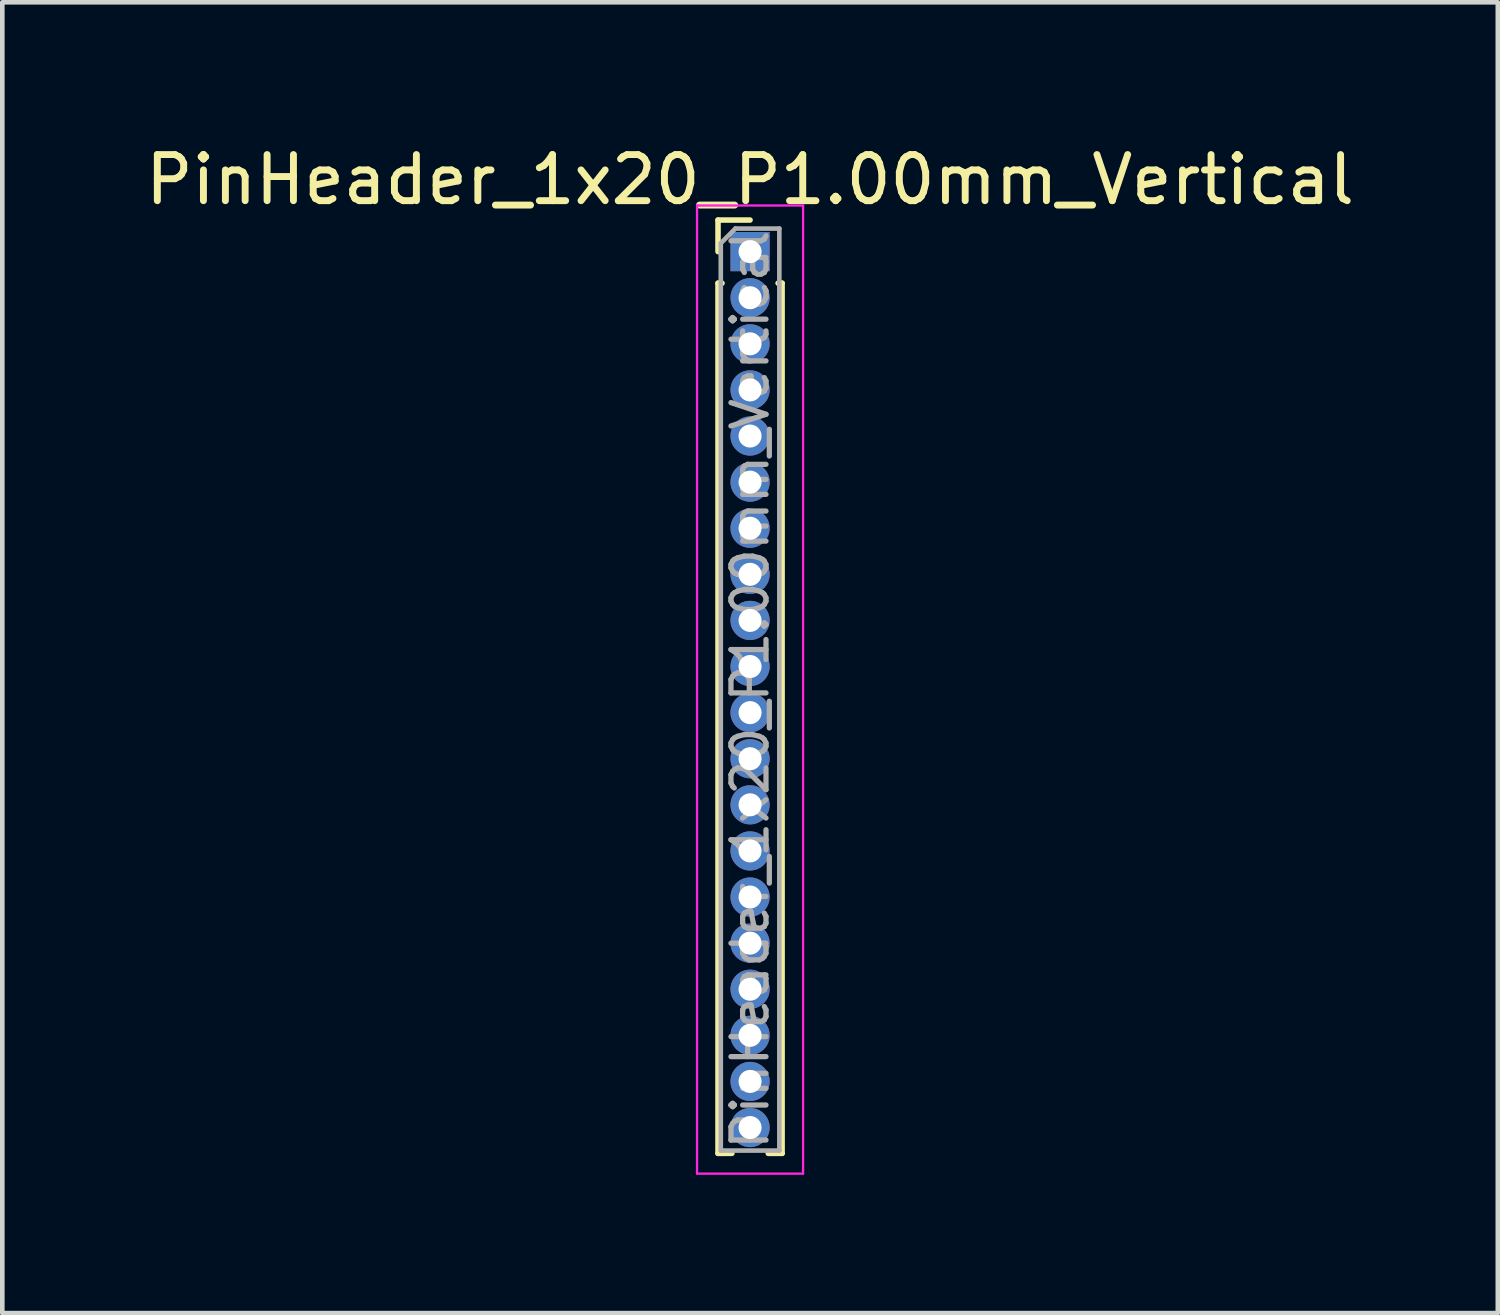
<source format=kicad_pcb>
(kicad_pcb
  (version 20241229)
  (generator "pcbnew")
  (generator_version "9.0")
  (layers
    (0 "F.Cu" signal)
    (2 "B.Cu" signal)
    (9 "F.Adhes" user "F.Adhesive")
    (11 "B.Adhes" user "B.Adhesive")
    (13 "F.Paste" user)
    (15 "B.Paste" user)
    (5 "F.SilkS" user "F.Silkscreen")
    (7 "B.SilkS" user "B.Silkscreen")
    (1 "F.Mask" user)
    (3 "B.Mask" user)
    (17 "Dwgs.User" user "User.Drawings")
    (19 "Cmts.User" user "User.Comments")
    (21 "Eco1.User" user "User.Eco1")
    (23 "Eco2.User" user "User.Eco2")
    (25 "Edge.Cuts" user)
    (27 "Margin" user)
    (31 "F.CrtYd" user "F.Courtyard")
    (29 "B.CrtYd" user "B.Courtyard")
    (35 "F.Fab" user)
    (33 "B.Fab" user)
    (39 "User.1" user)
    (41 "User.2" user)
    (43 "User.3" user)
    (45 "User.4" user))
  (footprint "PinHeader_1x20_P1.00mm_Vertical"
    (layer "F.Cu")
    (at 13.22 2.408)
    (property "Reference" "PinHeader_1x20_P1.00mm_Vertical" (at 0 -1.56 0) (layer "F.SilkS") (effects (font (size 1 1) (thickness 0.15))))
    (attr through_hole)
    (fp_line (start -0.695 -0.685) (end 0 -0.685) (stroke (width 0.12) (type solid)) (layer "F.SilkS"))
    (fp_line (start -0.695 0) (end -0.695 -0.685) (stroke (width 0.12) (type solid)) (layer "F.SilkS"))
    (fp_line (start -0.695 0.685) (end -0.695 19.56) (stroke (width 0.12) (type solid)) (layer "F.SilkS"))
    (fp_line (start -0.695 0.685) (end -0.608 0.685) (stroke (width 0.12) (type solid)) (layer "F.SilkS"))
    (fp_line (start -0.695 19.56) (end -0.394 19.56) (stroke (width 0.12) (type solid)) (layer "F.SilkS"))
    (fp_line (start 0.394 19.56) (end 0.695 19.56) (stroke (width 0.12) (type solid)) (layer "F.SilkS"))
    (fp_line (start 0.608 0.685) (end 0.695 0.685) (stroke (width 0.12) (type solid)) (layer "F.SilkS"))
    (fp_line (start 0.695 0.685) (end 0.695 19.56) (stroke (width 0.12) (type solid)) (layer "F.SilkS"))
    (fp_line (start -1.15 -1) (end -1.15 20) (stroke (width 0.05) (type solid)) (layer "F.CrtYd"))
    (fp_line (start -1.15 20) (end 1.15 20) (stroke (width 0.05) (type solid)) (layer "F.CrtYd"))
    (fp_line (start 1.15 -1) (end -1.15 -1) (stroke (width 0.05) (type solid)) (layer "F.CrtYd"))
    (fp_line (start 1.15 20) (end 1.15 -1) (stroke (width 0.05) (type solid)) (layer "F.CrtYd"))
    (fp_line (start -0.635 -0.182) (end -0.318 -0.5) (stroke (width 0.1) (type solid)) (layer "F.Fab"))
    (fp_line (start -0.635 19.5) (end -0.635 -0.182) (stroke (width 0.1) (type solid)) (layer "F.Fab"))
    (fp_line (start -0.318 -0.5) (end 0.635 -0.5) (stroke (width 0.1) (type solid)) (layer "F.Fab"))
    (fp_line (start 0.635 -0.5) (end 0.635 19.5) (stroke (width 0.1) (type solid)) (layer "F.Fab"))
    (fp_line (start 0.635 19.5) (end -0.635 19.5) (stroke (width 0.1) (type solid)) (layer "F.Fab"))
    (fp_text user "${REFERENCE}" (at 0 9.5 90) (layer "F.Fab") (effects (font (size 0.76 0.76) (thickness 0.114))))
    (pad "1" thru_hole rect (at 0 0) (size 0.85 0.85) (drill 0.5) (layers "*.Cu" "*.Mask"))
    (pad "2" thru_hole oval (at 0 1) (size 0.85 0.85) (drill 0.5) (layers "*.Cu" "*.Mask"))
    (pad "3" thru_hole oval (at 0 2) (size 0.85 0.85) (drill 0.5) (layers "*.Cu" "*.Mask"))
    (pad "4" thru_hole oval (at 0 3) (size 0.85 0.85) (drill 0.5) (layers "*.Cu" "*.Mask"))
    (pad "5" thru_hole oval (at 0 4) (size 0.85 0.85) (drill 0.5) (layers "*.Cu" "*.Mask"))
    (pad "6" thru_hole oval (at 0 5) (size 0.85 0.85) (drill 0.5) (layers "*.Cu" "*.Mask"))
    (pad "7" thru_hole oval (at 0 6) (size 0.85 0.85) (drill 0.5) (layers "*.Cu" "*.Mask"))
    (pad "8" thru_hole oval (at 0 7) (size 0.85 0.85) (drill 0.5) (layers "*.Cu" "*.Mask"))
    (pad "9" thru_hole oval (at 0 8) (size 0.85 0.85) (drill 0.5) (layers "*.Cu" "*.Mask"))
    (pad "10" thru_hole oval (at 0 9) (size 0.85 0.85) (drill 0.5) (layers "*.Cu" "*.Mask"))
    (pad "11" thru_hole oval (at 0 10) (size 0.85 0.85) (drill 0.5) (layers "*.Cu" "*.Mask"))
    (pad "12" thru_hole oval (at 0 11) (size 0.85 0.85) (drill 0.5) (layers "*.Cu" "*.Mask"))
    (pad "13" thru_hole oval (at 0 12) (size 0.85 0.85) (drill 0.5) (layers "*.Cu" "*.Mask"))
    (pad "14" thru_hole oval (at 0 13) (size 0.85 0.85) (drill 0.5) (layers "*.Cu" "*.Mask"))
    (pad "15" thru_hole oval (at 0 14) (size 0.85 0.85) (drill 0.5) (layers "*.Cu" "*.Mask"))
    (pad "16" thru_hole oval (at 0 15) (size 0.85 0.85) (drill 0.5) (layers "*.Cu" "*.Mask"))
    (pad "17" thru_hole oval (at 0 16) (size 0.85 0.85) (drill 0.5) (layers "*.Cu" "*.Mask"))
    (pad "18" thru_hole oval (at 0 17) (size 0.85 0.85) (drill 0.5) (layers "*.Cu" "*.Mask"))
    (pad "19" thru_hole oval (at 0 18) (size 0.85 0.85) (drill 0.5) (layers "*.Cu" "*.Mask"))
    (pad "20" thru_hole oval (at 0 19) (size 0.85 0.85) (drill 0.5) (layers "*.Cu" "*.Mask")))
  (gr_rect
    (start -3 -3)
    (end 29.44 25.433)
    (stroke (width 0.1) (type default))
    (fill no)
    (layer "Edge.Cuts")))
</source>
